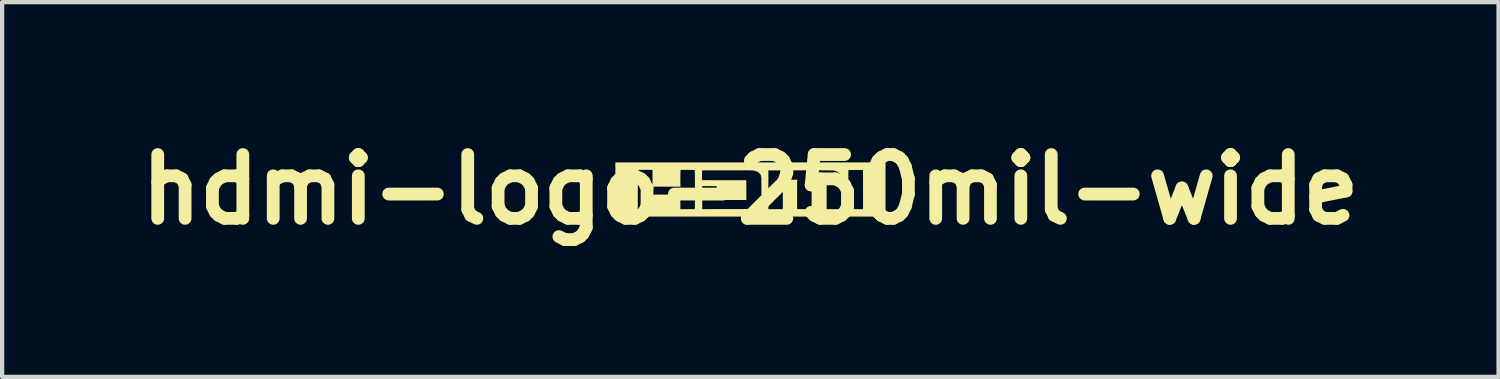
<source format=kicad_pcb>
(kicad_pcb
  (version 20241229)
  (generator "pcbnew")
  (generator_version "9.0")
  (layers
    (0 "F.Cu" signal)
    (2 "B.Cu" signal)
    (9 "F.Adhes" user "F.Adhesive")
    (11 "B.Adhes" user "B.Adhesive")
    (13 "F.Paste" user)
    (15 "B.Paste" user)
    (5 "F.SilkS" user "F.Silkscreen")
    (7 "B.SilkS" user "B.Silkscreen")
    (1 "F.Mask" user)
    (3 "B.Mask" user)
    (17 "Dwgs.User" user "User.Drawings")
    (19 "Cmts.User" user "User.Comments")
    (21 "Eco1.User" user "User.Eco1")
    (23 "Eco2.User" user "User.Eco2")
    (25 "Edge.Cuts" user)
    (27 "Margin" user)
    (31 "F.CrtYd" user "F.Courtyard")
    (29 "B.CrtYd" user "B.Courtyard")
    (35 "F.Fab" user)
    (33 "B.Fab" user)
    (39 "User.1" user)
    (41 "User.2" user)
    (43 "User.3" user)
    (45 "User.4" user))
  (footprint "hdmi-logo-250mil-wide"
    (layer "F.Cu")
    (at 14.586 1.404)
    (property "Reference" "hdmi-logo-250mil-wide" (at 0 0 0) (layer "F.SilkS") (effects (font (size 1.5 1.5) (thickness 0.3))))
    (attr board_only exclude_from_pos_files exclude_from_bom)
    (fp_poly (pts (xy -2.638 -0.456) (xy -2.64 -0.454) (xy -2.641 -0.456) (xy -2.64 -0.458)) (stroke (width 0) (type solid)) (fill yes) (layer "F.SilkS"))
    (fp_poly (pts (xy -1.641 0.097) (xy -1.643 0.099) (xy -1.645 0.097) (xy -1.643 0.095)) (stroke (width 0) (type solid)) (fill yes) (layer "F.SilkS"))
    (fp_poly (pts (xy -1.634 0.104) (xy -1.636 0.106) (xy -1.638 0.104) (xy -1.636 0.102)) (stroke (width 0) (type solid)) (fill yes) (layer "F.SilkS"))
    (fp_poly (pts (xy -1.631 -0.449) (xy -1.632 -0.447) (xy -1.634 -0.449) (xy -1.632 -0.451)) (stroke (width 0) (type solid)) (fill yes) (layer "F.SilkS"))
    (fp_poly (pts (xy -1.627 0.1) (xy -1.629 0.102) (xy -1.631 0.1) (xy -1.629 0.099)) (stroke (width 0) (type solid)) (fill yes) (layer "F.SilkS"))
    (fp_poly (pts (xy -1.627 0.118) (xy -1.629 0.12) (xy -1.631 0.118) (xy -1.629 0.116)) (stroke (width 0) (type solid)) (fill yes) (layer "F.SilkS"))
    (fp_poly (pts (xy -1.131 -0.446) (xy -1.132 -0.444) (xy -1.134 -0.446) (xy -1.132 -0.447)) (stroke (width 0) (type solid)) (fill yes) (layer "F.SilkS"))
    (fp_poly (pts (xy -1.131 -0.224) (xy -1.132 -0.222) (xy -1.134 -0.224) (xy -1.132 -0.225)) (stroke (width 0) (type solid)) (fill yes) (layer "F.SilkS"))
    (fp_poly (pts (xy -1.127 -0.234) (xy -1.129 -0.232) (xy -1.131 -0.234) (xy -1.129 -0.236)) (stroke (width 0) (type solid)) (fill yes) (layer "F.SilkS"))
    (fp_poly (pts (xy -1.123 -0.227) (xy -1.125 -0.225) (xy -1.127 -0.227) (xy -1.125 -0.229)) (stroke (width 0) (type solid)) (fill yes) (layer "F.SilkS"))
    (fp_poly (pts (xy -1.123 -0.076) (xy -1.125 -0.074) (xy -1.127 -0.076) (xy -1.125 -0.077)) (stroke (width 0) (type solid)) (fill yes) (layer "F.SilkS"))
    (fp_poly (pts (xy -1.12 -0.238) (xy -1.122 -0.236) (xy -1.123 -0.238) (xy -1.122 -0.239)) (stroke (width 0) (type solid)) (fill yes) (layer "F.SilkS"))
    (fp_poly (pts (xy -0.796 0.255) (xy -0.798 0.257) (xy -0.799 0.255) (xy -0.798 0.254)) (stroke (width 0) (type solid)) (fill yes) (layer "F.SilkS"))
    (fp_poly (pts (xy -0.099 0.262) (xy -0.1 0.264) (xy -0.102 0.262) (xy -0.1 0.261)) (stroke (width 0) (type solid)) (fill yes) (layer "F.SilkS"))
    (fp_poly (pts (xy -0.095 0.255) (xy -0.097 0.257) (xy -0.099 0.255) (xy -0.097 0.254)) (stroke (width 0) (type solid)) (fill yes) (layer "F.SilkS"))
    (fp_poly (pts (xy -0.088 -0.227) (xy -0.09 -0.225) (xy -0.092 -0.227) (xy -0.09 -0.229)) (stroke (width 0) (type solid)) (fill yes) (layer "F.SilkS"))
    (fp_poly (pts (xy -0.088 0.241) (xy -0.09 0.243) (xy -0.092 0.241) (xy -0.09 0.239)) (stroke (width 0) (type solid)) (fill yes) (layer "F.SilkS"))
    (fp_poly (pts (xy -0.085 -0.234) (xy -0.086 -0.232) (xy -0.088 -0.234) (xy -0.086 -0.236)) (stroke (width 0) (type solid)) (fill yes) (layer "F.SilkS"))
    (fp_poly (pts (xy -0.085 0.252) (xy -0.086 0.254) (xy -0.088 0.252) (xy -0.086 0.25)) (stroke (width 0) (type solid)) (fill yes) (layer "F.SilkS"))
    (fp_poly (pts (xy 0.046 -0.446) (xy 0.044 -0.444) (xy 0.042 -0.446) (xy 0.044 -0.447)) (stroke (width 0) (type solid)) (fill yes) (layer "F.SilkS"))
    (fp_poly (pts (xy 0.053 -0.442) (xy 0.051 -0.44) (xy 0.049 -0.442) (xy 0.051 -0.444)) (stroke (width 0) (type solid)) (fill yes) (layer "F.SilkS"))
    (fp_poly (pts (xy 0.102 -0.428) (xy 0.1 -0.426) (xy 0.099 -0.428) (xy 0.1 -0.43)) (stroke (width 0) (type solid)) (fill yes) (layer "F.SilkS"))
    (fp_poly (pts (xy 0.102 -0.414) (xy 0.1 -0.412) (xy 0.099 -0.414) (xy 0.1 -0.416)) (stroke (width 0) (type solid)) (fill yes) (layer "F.SilkS"))
    (fp_poly (pts (xy 0.102 0.438) (xy 0.1 0.44) (xy 0.099 0.438) (xy 0.1 0.437)) (stroke (width 0) (type solid)) (fill yes) (layer "F.SilkS"))
    (fp_poly (pts (xy 0.109 -0.414) (xy 0.107 -0.412) (xy 0.106 -0.414) (xy 0.107 -0.416)) (stroke (width 0) (type solid)) (fill yes) (layer "F.SilkS"))
    (fp_poly (pts (xy 0.116 0.442) (xy 0.114 0.444) (xy 0.113 0.442) (xy 0.114 0.44)) (stroke (width 0) (type solid)) (fill yes) (layer "F.SilkS"))
    (fp_poly (pts (xy 0.12 0.435) (xy 0.118 0.437) (xy 0.116 0.435) (xy 0.118 0.433)) (stroke (width 0) (type solid)) (fill yes) (layer "F.SilkS"))
    (fp_poly (pts (xy 0.13 -0.424) (xy 0.129 -0.423) (xy 0.127 -0.424) (xy 0.129 -0.426)) (stroke (width 0) (type solid)) (fill yes) (layer "F.SilkS"))
    (fp_poly (pts (xy 0.13 0.442) (xy 0.129 0.444) (xy 0.127 0.442) (xy 0.129 0.44)) (stroke (width 0) (type solid)) (fill yes) (layer "F.SilkS"))
    (fp_poly (pts (xy 0.134 0.435) (xy 0.132 0.437) (xy 0.13 0.435) (xy 0.132 0.433)) (stroke (width 0) (type solid)) (fill yes) (layer "F.SilkS"))
    (fp_poly (pts (xy 0.137 0.442) (xy 0.136 0.444) (xy 0.134 0.442) (xy 0.136 0.44)) (stroke (width 0) (type solid)) (fill yes) (layer "F.SilkS"))
    (fp_poly (pts (xy 0.144 -0.424) (xy 0.143 -0.423) (xy 0.141 -0.424) (xy 0.143 -0.426)) (stroke (width 0) (type solid)) (fill yes) (layer "F.SilkS"))
    (fp_poly (pts (xy 0.18 0.414) (xy 0.178 0.416) (xy 0.176 0.414) (xy 0.178 0.412)) (stroke (width 0) (type solid)) (fill yes) (layer "F.SilkS"))
    (fp_poly (pts (xy 0.19 0.407) (xy 0.188 0.409) (xy 0.187 0.407) (xy 0.188 0.405)) (stroke (width 0) (type solid)) (fill yes) (layer "F.SilkS"))
    (fp_poly (pts (xy 0.194 0.414) (xy 0.192 0.416) (xy 0.19 0.414) (xy 0.192 0.412)) (stroke (width 0) (type solid)) (fill yes) (layer "F.SilkS"))
    (fp_poly (pts (xy 0.211 -0.361) (xy 0.21 -0.359) (xy 0.208 -0.361) (xy 0.21 -0.363)) (stroke (width 0) (type solid)) (fill yes) (layer "F.SilkS"))
    (fp_poly (pts (xy 0.239 -0.276) (xy 0.238 -0.275) (xy 0.236 -0.276) (xy 0.238 -0.278)) (stroke (width 0) (type solid)) (fill yes) (layer "F.SilkS"))
    (fp_poly (pts (xy 0.239 0.301) (xy 0.238 0.303) (xy 0.236 0.301) (xy 0.238 0.299)) (stroke (width 0) (type solid)) (fill yes) (layer "F.SilkS"))
    (fp_poly (pts (xy 0.243 -0.298) (xy 0.241 -0.296) (xy 0.239 -0.298) (xy 0.241 -0.299)) (stroke (width 0) (type solid)) (fill yes) (layer "F.SilkS"))
    (fp_poly (pts (xy 0.247 -0.315) (xy 0.245 -0.313) (xy 0.243 -0.315) (xy 0.245 -0.317)) (stroke (width 0) (type solid)) (fill yes) (layer "F.SilkS"))
    (fp_poly (pts (xy 0.247 0.298) (xy 0.245 0.299) (xy 0.243 0.298) (xy 0.245 0.296)) (stroke (width 0) (type solid)) (fill yes) (layer "F.SilkS"))
    (fp_poly (pts (xy 0.247 0.322) (xy 0.245 0.324) (xy 0.243 0.322) (xy 0.245 0.32)) (stroke (width 0) (type solid)) (fill yes) (layer "F.SilkS"))
    (fp_poly (pts (xy 0.247 0.336) (xy 0.245 0.338) (xy 0.243 0.336) (xy 0.245 0.335)) (stroke (width 0) (type solid)) (fill yes) (layer "F.SilkS"))
    (fp_poly (pts (xy 0.25 0.329) (xy 0.248 0.331) (xy 0.247 0.329) (xy 0.248 0.328)) (stroke (width 0) (type solid)) (fill yes) (layer "F.SilkS"))
    (fp_poly (pts (xy 0.747 -0.238) (xy 0.745 -0.236) (xy 0.743 -0.238) (xy 0.745 -0.239)) (stroke (width 0) (type solid)) (fill yes) (layer "F.SilkS"))
    (fp_poly (pts (xy 0.754 -0.241) (xy 0.752 -0.239) (xy 0.75 -0.241) (xy 0.752 -0.243)) (stroke (width 0) (type solid)) (fill yes) (layer "F.SilkS"))
    (fp_poly (pts (xy 0.754 -0.234) (xy 0.752 -0.232) (xy 0.75 -0.234) (xy 0.752 -0.236)) (stroke (width 0) (type solid)) (fill yes) (layer "F.SilkS"))
    (fp_poly (pts (xy 0.761 -0.238) (xy 0.759 -0.236) (xy 0.757 -0.238) (xy 0.759 -0.239)) (stroke (width 0) (type solid)) (fill yes) (layer "F.SilkS"))
    (fp_poly (pts (xy 1.423 -0.224) (xy 1.421 -0.222) (xy 1.419 -0.224) (xy 1.421 -0.225)) (stroke (width 0) (type solid)) (fill yes) (layer "F.SilkS"))
    (fp_poly (pts (xy 1.43 -0.241) (xy 1.428 -0.239) (xy 1.426 -0.241) (xy 1.428 -0.243)) (stroke (width 0) (type solid)) (fill yes) (layer "F.SilkS"))
    (fp_poly (pts (xy 1.789 -0.238) (xy 1.787 -0.236) (xy 1.786 -0.238) (xy 1.787 -0.239)) (stroke (width 0) (type solid)) (fill yes) (layer "F.SilkS"))
    (fp_poly (pts (xy 1.789 -0.231) (xy 1.787 -0.229) (xy 1.786 -0.231) (xy 1.787 -0.232)) (stroke (width 0) (type solid)) (fill yes) (layer "F.SilkS"))
    (fp_poly (pts (xy 1.796 -0.234) (xy 1.794 -0.232) (xy 1.793 -0.234) (xy 1.794 -0.236)) (stroke (width 0) (type solid)) (fill yes) (layer "F.SilkS"))
    (fp_poly (pts (xy 1.8 -0.224) (xy 1.798 -0.222) (xy 1.796 -0.224) (xy 1.798 -0.225)) (stroke (width 0) (type solid)) (fill yes) (layer "F.SilkS"))
    (fp_poly (pts (xy 1.803 -0.241) (xy 1.801 -0.239) (xy 1.8 -0.241) (xy 1.801 -0.243)) (stroke (width 0) (type solid)) (fill yes) (layer "F.SilkS"))
    (fp_poly (pts (xy 1.99 -0.431) (xy 1.988 -0.43) (xy 1.986 -0.431) (xy 1.988 -0.433)) (stroke (width 0) (type solid)) (fill yes) (layer "F.SilkS"))
    (fp_poly (pts (xy 1.993 -0.424) (xy 1.992 -0.423) (xy 1.99 -0.424) (xy 1.992 -0.426)) (stroke (width 0) (type solid)) (fill yes) (layer "F.SilkS"))
    (fp_poly (pts (xy 2.011 -0.417) (xy 2.009 -0.416) (xy 2.007 -0.417) (xy 2.009 -0.419)) (stroke (width 0) (type solid)) (fill yes) (layer "F.SilkS"))
    (fp_poly (pts (xy 2.018 -0.417) (xy 2.016 -0.416) (xy 2.015 -0.417) (xy 2.016 -0.419)) (stroke (width 0) (type solid)) (fill yes) (layer "F.SilkS"))
    (fp_poly (pts (xy 2.036 -0.417) (xy 2.034 -0.416) (xy 2.032 -0.417) (xy 2.034 -0.419)) (stroke (width 0) (type solid)) (fill yes) (layer "F.SilkS"))
    (fp_poly (pts (xy 2.043 -0.403) (xy 2.041 -0.401) (xy 2.039 -0.403) (xy 2.041 -0.405)) (stroke (width 0) (type solid)) (fill yes) (layer "F.SilkS"))
    (fp_poly (pts (xy 2.053 -0.41) (xy 2.052 -0.409) (xy 2.05 -0.41) (xy 2.052 -0.412)) (stroke (width 0) (type solid)) (fill yes) (layer "F.SilkS"))
    (fp_poly (pts (xy 2.057 -0.4) (xy 2.055 -0.398) (xy 2.053 -0.4) (xy 2.055 -0.401)) (stroke (width 0) (type solid)) (fill yes) (layer "F.SilkS"))
    (fp_poly (pts (xy 2.06 -0.389) (xy 2.059 -0.387) (xy 2.057 -0.389) (xy 2.059 -0.391)) (stroke (width 0) (type solid)) (fill yes) (layer "F.SilkS"))
    (fp_poly (pts (xy 2.067 -0.393) (xy 2.066 -0.391) (xy 2.064 -0.393) (xy 2.066 -0.394)) (stroke (width 0) (type solid)) (fill yes) (layer "F.SilkS"))
    (fp_poly (pts (xy 2.074 -0.393) (xy 2.073 -0.391) (xy 2.071 -0.393) (xy 2.073 -0.394)) (stroke (width 0) (type solid)) (fill yes) (layer "F.SilkS"))
    (fp_poly (pts (xy 2.074 -0.368) (xy 2.073 -0.366) (xy 2.071 -0.368) (xy 2.073 -0.37)) (stroke (width 0) (type solid)) (fill yes) (layer "F.SilkS"))
    (fp_poly (pts (xy 2.081 -0.368) (xy 2.08 -0.366) (xy 2.078 -0.368) (xy 2.08 -0.37)) (stroke (width 0) (type solid)) (fill yes) (layer "F.SilkS"))
    (fp_poly (pts (xy 2.081 -0.361) (xy 2.08 -0.359) (xy 2.078 -0.361) (xy 2.08 -0.363)) (stroke (width 0) (type solid)) (fill yes) (layer "F.SilkS"))
    (fp_poly (pts (xy 2.127 -0.308) (xy 2.125 -0.306) (xy 2.124 -0.308) (xy 2.125 -0.31)) (stroke (width 0) (type solid)) (fill yes) (layer "F.SilkS"))
    (fp_poly (pts (xy 2.127 -0.301) (xy 2.125 -0.299) (xy 2.124 -0.301) (xy 2.125 -0.303)) (stroke (width 0) (type solid)) (fill yes) (layer "F.SilkS"))
    (fp_poly (pts (xy 2.131 -0.284) (xy 2.129 -0.282) (xy 2.127 -0.284) (xy 2.129 -0.285)) (stroke (width 0) (type solid)) (fill yes) (layer "F.SilkS"))
    (fp_poly (pts (xy 2.131 -0.276) (xy 2.129 -0.275) (xy 2.127 -0.276) (xy 2.129 -0.278)) (stroke (width 0) (type solid)) (fill yes) (layer "F.SilkS"))
    (fp_poly (pts (xy 2.314 -0.442) (xy 2.312 -0.44) (xy 2.31 -0.442) (xy 2.312 -0.444)) (stroke (width 0) (type solid)) (fill yes) (layer "F.SilkS"))
    (fp_poly (pts (xy 2.641 -0.442) (xy 2.64 -0.44) (xy 2.638 -0.442) (xy 2.64 -0.444)) (stroke (width 0) (type solid)) (fill yes) (layer "F.SilkS"))
    (fp_poly (pts (xy -1.642 0.107) (xy -1.642 0.111) (xy -1.642 0.112) (xy -1.644 0.111) (xy -1.645 0.109) (xy -1.643 0.106)) (stroke (width 0) (type solid)) (fill yes) (layer "F.SilkS"))
    (fp_poly (pts (xy -0.079 -0.228) (xy -0.079 -0.226) (xy -0.081 -0.225) (xy -0.084 -0.227) (xy -0.083 -0.228) (xy -0.079 -0.228)) (stroke (width 0) (type solid)) (fill yes) (layer "F.SilkS"))
    (fp_poly (pts (xy 0.133 -0.418) (xy 0.132 -0.416) (xy 0.13 -0.416) (xy 0.127 -0.417) (xy 0.128 -0.418) (xy 0.132 -0.418)) (stroke (width 0) (type solid)) (fill yes) (layer "F.SilkS"))
    (fp_poly (pts (xy 0.242 0.308) (xy 0.241 0.31) (xy 0.239 0.31) (xy 0.237 0.309) (xy 0.237 0.308) (xy 0.241 0.307)) (stroke (width 0) (type solid)) (fill yes) (layer "F.SilkS"))
    (fp_poly (pts (xy 0.428 -0.446) (xy 0.429 -0.442) (xy 0.428 -0.441) (xy 0.426 -0.442) (xy 0.426 -0.444) (xy 0.427 -0.447)) (stroke (width 0) (type solid)) (fill yes) (layer "F.SilkS"))
    (fp_poly (pts (xy 1.992 -0.418) (xy 1.993 -0.414) (xy 1.992 -0.413) (xy 1.99 -0.414) (xy 1.99 -0.416) (xy 1.991 -0.418)) (stroke (width 0) (type solid)) (fill yes) (layer "F.SilkS"))
    (fp_poly (pts (xy 2.063 -0.404) (xy 2.063 -0.4) (xy 2.063 -0.399) (xy 2.061 -0.4) (xy 2.06 -0.401) (xy 2.062 -0.404)) (stroke (width 0) (type solid)) (fill yes) (layer "F.SilkS"))
    (fp_poly (pts (xy -1.638 0.118) (xy -1.634 0.121) (xy -1.635 0.123) (xy -1.636 0.123) (xy -1.639 0.121) (xy -1.64 0.119) (xy -1.64 0.117)) (stroke (width 0) (type solid)) (fill yes) (layer "F.SilkS"))
    (fp_poly (pts (xy -1.628 -0.069) (xy -1.624 -0.065) (xy -1.625 -0.063) (xy -1.625 -0.063) (xy -1.628 -0.066) (xy -1.629 -0.067) (xy -1.63 -0.07)) (stroke (width 0) (type solid)) (fill yes) (layer "F.SilkS"))
    (fp_poly (pts (xy -1.628 0.107) (xy -1.624 0.111) (xy -1.625 0.113) (xy -1.625 0.113) (xy -1.628 0.11) (xy -1.629 0.109) (xy -1.63 0.106)) (stroke (width 0) (type solid)) (fill yes) (layer "F.SilkS"))
    (fp_poly (pts (xy -0.804 0.259) (xy -0.8 0.262) (xy -0.801 0.264) (xy -0.801 0.264) (xy -0.804 0.262) (xy -0.805 0.26) (xy -0.806 0.258)) (stroke (width 0) (type solid)) (fill yes) (layer "F.SilkS"))
    (fp_poly (pts (xy 0.109 -0.434) (xy 0.11 -0.43) (xy 0.111 -0.424) (xy 0.109 -0.423) (xy 0.107 -0.428) (xy 0.106 -0.434) (xy 0.107 -0.435)) (stroke (width 0) (type solid)) (fill yes) (layer "F.SilkS"))
    (fp_poly (pts (xy 0.212 -0.378) (xy 0.213 -0.374) (xy 0.213 -0.373) (xy 0.21 -0.37) (xy 0.209 -0.374) (xy 0.209 -0.375) (xy 0.211 -0.378)) (stroke (width 0) (type solid)) (fill yes) (layer "F.SilkS"))
    (fp_poly (pts (xy 0.218 0.378) (xy 0.222 0.382) (xy 0.222 0.382) (xy 0.22 0.384) (xy 0.217 0.381) (xy 0.216 0.38) (xy 0.216 0.377)) (stroke (width 0) (type solid)) (fill yes) (layer "F.SilkS"))
    (fp_poly (pts (xy 0.746 -0.224) (xy 0.75 -0.221) (xy 0.75 -0.22) (xy 0.748 -0.218) (xy 0.745 -0.222) (xy 0.745 -0.222) (xy 0.744 -0.225)) (stroke (width 0) (type solid)) (fill yes) (layer "F.SilkS"))
    (fp_poly (pts (xy 1.087 -0.24) (xy 1.087 -0.238) (xy 1.086 -0.233) (xy 1.084 -0.235) (xy 1.083 -0.236) (xy 1.083 -0.24) (xy 1.084 -0.241)) (stroke (width 0) (type solid)) (fill yes) (layer "F.SilkS"))
    (fp_poly (pts (xy 1.436 -0.242) (xy 1.44 -0.238) (xy 1.44 -0.238) (xy 1.439 -0.236) (xy 1.435 -0.239) (xy 1.435 -0.24) (xy 1.434 -0.242)) (stroke (width 0) (type solid)) (fill yes) (layer "F.SilkS"))
    (fp_poly (pts (xy 1.81 -0.224) (xy 1.813 -0.221) (xy 1.814 -0.22) (xy 1.812 -0.218) (xy 1.809 -0.222) (xy 1.808 -0.222) (xy 1.808 -0.225)) (stroke (width 0) (type solid)) (fill yes) (layer "F.SilkS"))
    (fp_poly (pts (xy 2.074 -0.379) (xy 2.078 -0.376) (xy 2.078 -0.375) (xy 2.076 -0.373) (xy 2.073 -0.377) (xy 2.072 -0.377) (xy 2.072 -0.38)) (stroke (width 0) (type solid)) (fill yes) (layer "F.SilkS"))
    (fp_poly (pts (xy 2.084 -0.375) (xy 2.088 -0.372) (xy 2.088 -0.371) (xy 2.087 -0.37) (xy 2.083 -0.373) (xy 2.083 -0.374) (xy 2.082 -0.376)) (stroke (width 0) (type solid)) (fill yes) (layer "F.SilkS"))
    (fp_poly (pts (xy 2.088 -0.365) (xy 2.092 -0.362) (xy 2.092 -0.361) (xy 2.09 -0.359) (xy 2.087 -0.363) (xy 2.086 -0.363) (xy 2.086 -0.366)) (stroke (width 0) (type solid)) (fill yes) (layer "F.SilkS"))
    (fp_poly (pts (xy -0.795 0.24) (xy -0.798 0.243) (xy -0.803 0.249) (xy -0.806 0.249) (xy -0.804 0.245) (xy -0.8 0.239) (xy -0.797 0.238) (xy -0.793 0.237)) (stroke (width 0) (type solid)) (fill yes) (layer "F.SilkS"))
    (fp_poly (pts (xy -0.78 0.255) (xy -0.785 0.261) (xy -0.788 0.262) (xy -0.791 0.263) (xy -0.79 0.26) (xy -0.787 0.257) (xy -0.781 0.251) (xy -0.779 0.251)) (stroke (width 0) (type solid)) (fill yes) (layer "F.SilkS"))
    (fp_poly (pts (xy -0.093 -0.234) (xy -0.095 -0.232) (xy -0.1 -0.226) (xy -0.102 -0.226) (xy -0.102 -0.227) (xy -0.1 -0.23) (xy -0.096 -0.233) (xy -0.092 -0.236)) (stroke (width 0) (type solid)) (fill yes) (layer "F.SilkS"))
    (fp_poly (pts (xy -0.079 0.238) (xy -0.079 0.239) (xy -0.083 0.243) (xy -0.083 0.243) (xy -0.083 0.241) (xy -0.083 0.239) (xy -0.079 0.236) (xy -0.079 0.236)) (stroke (width 0) (type solid)) (fill yes) (layer "F.SilkS"))
    (fp_poly (pts (xy -0.075 0.249) (xy -0.076 0.25) (xy -0.079 0.253) (xy -0.08 0.254) (xy -0.08 0.251) (xy -0.079 0.25) (xy -0.076 0.247) (xy -0.075 0.247)) (stroke (width 0) (type solid)) (fill yes) (layer "F.SilkS"))
    (fp_poly (pts (xy 0.115 0.45) (xy 0.114 0.451) (xy 0.111 0.454) (xy 0.111 0.454) (xy 0.11 0.452) (xy 0.111 0.451) (xy 0.114 0.447) (xy 0.115 0.447)) (stroke (width 0) (type solid)) (fill yes) (layer "F.SilkS"))
    (fp_poly (pts (xy 0.164 0.41) (xy 0.162 0.413) (xy 0.157 0.418) (xy 0.155 0.418) (xy 0.155 0.418) (xy 0.157 0.415) (xy 0.161 0.412) (xy 0.165 0.409)) (stroke (width 0) (type solid)) (fill yes) (layer "F.SilkS"))
    (fp_poly (pts (xy 0.188 -0.399) (xy 0.188 -0.397) (xy 0.185 -0.395) (xy 0.185 -0.394) (xy 0.182 -0.397) (xy 0.182 -0.397) (xy 0.183 -0.4) (xy 0.185 -0.4)) (stroke (width 0) (type solid)) (fill yes) (layer "F.SilkS"))
    (fp_poly (pts (xy 0.221 -0.371) (xy 0.22 -0.37) (xy 0.217 -0.366) (xy 0.216 -0.366) (xy 0.216 -0.369) (xy 0.217 -0.37) (xy 0.22 -0.373) (xy 0.221 -0.373)) (stroke (width 0) (type solid)) (fill yes) (layer "F.SilkS"))
    (fp_poly (pts (xy 0.242 -0.311) (xy 0.246 -0.309) (xy 0.247 -0.308) (xy 0.244 -0.306) (xy 0.242 -0.305) (xy 0.238 -0.306) (xy 0.237 -0.308) (xy 0.24 -0.311)) (stroke (width 0) (type solid)) (fill yes) (layer "F.SilkS"))
    (fp_poly (pts (xy 0.242 0.33) (xy 0.241 0.331) (xy 0.238 0.334) (xy 0.237 0.335) (xy 0.237 0.332) (xy 0.238 0.331) (xy 0.241 0.328) (xy 0.242 0.328)) (stroke (width 0) (type solid)) (fill yes) (layer "F.SilkS"))
    (fp_poly (pts (xy 1.101 -0.241) (xy 1.101 -0.239) (xy 1.097 -0.236) (xy 1.097 -0.236) (xy 1.096 -0.238) (xy 1.097 -0.239) (xy 1.1 -0.243) (xy 1.101 -0.243)) (stroke (width 0) (type solid)) (fill yes) (layer "F.SilkS"))
    (fp_poly (pts (xy 1.803 -0.234) (xy 1.807 -0.231) (xy 1.807 -0.23) (xy 1.804 -0.229) (xy 1.803 -0.229) (xy 1.8 -0.232) (xy 1.8 -0.233) (xy 1.802 -0.235)) (stroke (width 0) (type solid)) (fill yes) (layer "F.SilkS"))
    (fp_poly (pts (xy 2.052 -0.39) (xy 2.052 -0.389) (xy 2.052 -0.384) (xy 2.051 -0.384) (xy 2.049 -0.386) (xy 2.047 -0.389) (xy 2.045 -0.392) (xy 2.047 -0.393)) (stroke (width 0) (type solid)) (fill yes) (layer "F.SilkS"))
    (fp_poly (pts (xy 2.101 -0.339) (xy 2.101 -0.338) (xy 2.097 -0.335) (xy 2.097 -0.335) (xy 2.097 -0.337) (xy 2.097 -0.338) (xy 2.101 -0.341) (xy 2.101 -0.342)) (stroke (width 0) (type solid)) (fill yes) (layer "F.SilkS"))
    (fp_poly (pts (xy 2.105 -0.35) (xy 2.104 -0.349) (xy 2.101 -0.345) (xy 2.1 -0.345) (xy 2.1 -0.347) (xy 2.101 -0.349) (xy 2.104 -0.352) (xy 2.105 -0.352)) (stroke (width 0) (type solid)) (fill yes) (layer "F.SilkS"))
    (fp_poly (pts (xy 2.112 -0.333) (xy 2.112 -0.332) (xy 2.106 -0.329) (xy 2.104 -0.329) (xy 2.1 -0.329) (xy 2.101 -0.33) (xy 2.106 -0.333) (xy 2.108 -0.333)) (stroke (width 0) (type solid)) (fill yes) (layer "F.SilkS"))
    (fp_poly (pts (xy 0.179 0.42) (xy 0.179 0.422) (xy 0.174 0.427) (xy 0.174 0.427) (xy 0.168 0.431) (xy 0.166 0.431) (xy 0.166 0.431) (xy 0.168 0.427) (xy 0.173 0.422) (xy 0.178 0.42)) (stroke (width 0) (type solid)) (fill yes) (layer "F.SilkS"))
    (fp_poly (pts (xy 0.252 -0.292) (xy 0.253 -0.289) (xy 0.252 -0.29) (xy 0.247 -0.29) (xy 0.244 -0.288) (xy 0.24 -0.286) (xy 0.239 -0.286) (xy 0.242 -0.29) (xy 0.244 -0.292) (xy 0.249 -0.294)) (stroke (width 0) (type solid)) (fill yes) (layer "F.SilkS"))
    (fp_poly (pts (xy -1.644 -0.055) (xy -1.64 -0.051) (xy -1.637 -0.052) (xy -1.635 -0.052) (xy -1.636 -0.05) (xy -1.638 -0.046) (xy -1.642 -0.048) (xy -1.644 -0.05) (xy -1.648 -0.056) (xy -1.648 -0.058) (xy -1.647 -0.058)) (stroke (width 0) (type solid)) (fill yes) (layer "F.SilkS"))
    (fp_poly (pts (xy 3.177 0) (xy 3.177 0.637) (xy 0.002 0.637) (xy -3.173 0.637) (xy -3.173 0.461) (xy -2.645 0.461) (xy -2.472 0.461) (xy -2.3 0.461) (xy -2.3 0.291) (xy -2.3 0.12) (xy -1.972 0.119) (xy -1.645 0.118) (xy -1.645 0.29) (xy -1.645 0.461) (xy -1.474 0.461) (xy -1.303 0.461) (xy -1.303 0) (xy -1.303 -0.074) (xy -1.303 -0.141) (xy -1.303 -0.201) (xy -1.303 -0.22) (xy -1.136 -0.22) (xy -0.615 -0.219) (xy -0.095 -0.218) (xy -0.095 0.014) (xy -0.095 0.247) (xy -0.44 0.247) (xy -0.489 0.247) (xy -0.536 0.246) (xy -0.58 0.246) (xy -0.621 0.246) (xy -0.659 0.246) (xy -0.693 0.246) (xy -0.722 0.246) (xy -0.747 0.246) (xy -0.766 0.246) (xy -0.779 0.246) (xy -0.786 0.246) (xy -0.787 0.246) (xy -0.788 0.242) (xy -0.788 0.232) (xy -0.788 0.217) (xy -0.789 0.196) (xy -0.789 0.171) (xy -0.789 0.143) (xy -0.79 0.112) (xy -0.79 0.083) (xy -0.791 -0.079) (xy -0.961 -0.08) (xy -1.131 -0.081) (xy -1.131 0.19) (xy -1.131 0.461) (xy -1.107 0.461) (xy 0.423 0.461) (xy 0.593 0.461) (xy 0.764 0.461) (xy 0.763 0.119) (xy 0.763 0.062) (xy 0.763 0.011) (xy 0.763 -0.033) (xy 0.763 -0.072) (xy 0.762 -0.105) (xy 0.762 -0.133) (xy 0.762 -0.156) (xy 0.762 -0.175) (xy 0.761 -0.19) (xy 0.761 -0.202) (xy 0.76 -0.211) (xy 0.76 -0.217) (xy 0.759 -0.22) (xy 0.758 -0.222) (xy 0.757 -0.223) (xy 0.754 -0.223) (xy 0.756 -0.225) (xy 0.759 -0.226) (xy 0.761 -0.226) (xy 0.762 -0.225) (xy 0.764 -0.227) (xy 0.768 -0.227) (xy 0.782 -0.228) (xy 0.802 -0.228) (xy 0.829 -0.229) (xy 0.861 -0.229) (xy 0.9 -0.229) (xy 0.928 -0.229) (xy 0.973 -0.229) (xy 1.011 -0.229) (xy 1.042 -0.23) (xy 1.066 -0.23) (xy 1.084 -0.231) (xy 1.096 -0.231) (xy 1.101 -0.232) (xy 1.101 -0.233) (xy 1.106 -0.234) (xy 1.109 -0.231) (xy 1.108 -0.227) (xy 1.108 -0.226) (xy 1.106 -0.227) (xy 1.106 -0.229) (xy 1.104 -0.231) (xy 1.102 -0.231) (xy 1.102 -0.227) (xy 1.101 -0.216) (xy 1.101 -0.198) (xy 1.1 -0.174) (xy 1.1 -0.144) (xy 1.1 -0.107) (xy 1.099 -0.063) (xy 1.099 -0.014) (xy 1.099 0.041) (xy 1.099 0.102) (xy 1.099 0.116) (xy 1.099 0.461) (xy 1.27 0.461) (xy 1.44 0.461) (xy 1.44 0.121) (xy 1.439 0.064) (xy 1.439 0.014) (xy 1.439 -0.03) (xy 1.439 -0.067) (xy 1.439 -0.1) (xy 1.439 -0.127) (xy 1.438 -0.15) (xy 1.438 -0.169) (xy 1.438 -0.184) (xy 1.437 -0.196) (xy 1.437 -0.205) (xy 1.436 -0.211) (xy 1.435 -0.215) (xy 1.435 -0.218) (xy 1.434 -0.219) (xy 1.433 -0.219) (xy 1.432 -0.219) (xy 1.427 -0.219) (xy 1.429 -0.221) (xy 1.431 -0.226) (xy 1.431 -0.23) (xy 1.432 -0.234) (xy 1.434 -0.234) (xy 1.436 -0.23) (xy 1.435 -0.229) (xy 1.436 -0.225) (xy 1.437 -0.224) (xy 1.44 -0.223) (xy 1.44 -0.224) (xy 1.444 -0.225) (xy 1.454 -0.225) (xy 1.469 -0.226) (xy 1.49 -0.226) (xy 1.515 -0.226) (xy 1.543 -0.226) (xy 1.575 -0.226) (xy 1.609 -0.226) (xy 1.617 -0.226) (xy 1.793 -0.225) (xy 1.793 0.118) (xy 1.793 0.461) (xy 1.965 0.461) (xy 2.138 0.461) (xy 2.303 0.461) (xy 2.476 0.461) (xy 2.648 0.461) (xy 2.648 0.004) (xy 2.648 -0.454) (xy 2.64 -0.453) (xy 2.634 -0.453) (xy 2.632 -0.456) (xy 2.63 -0.457) (xy 2.623 -0.458) (xy 2.611 -0.458) (xy 2.593 -0.459) (xy 2.569 -0.459) (xy 2.54 -0.459) (xy 2.503 -0.46) (xy 2.476 -0.46) (xy 2.435 -0.46) (xy 2.401 -0.459) (xy 2.374 -0.459) (xy 2.352 -0.459) (xy 2.336 -0.458) (xy 2.326 -0.457) (xy 2.321 -0.456) (xy 2.32 -0.456) (xy 2.318 -0.453) (xy 2.312 -0.453) (xy 2.303 -0.454) (xy 2.303 0.004) (xy 2.303 0.461) (xy 2.138 0.461) (xy 2.138 0.09) (xy 2.138 -0.282) (xy 2.13 -0.289) (xy 2.126 -0.294) (xy 2.126 -0.296) (xy 2.129 -0.295) (xy 2.133 -0.294) (xy 2.134 -0.297) (xy 2.133 -0.305) (xy 2.133 -0.305) (xy 2.129 -0.321) (xy 2.124 -0.333) (xy 2.119 -0.341) (xy 2.114 -0.344) (xy 2.114 -0.344) (xy 2.111 -0.343) (xy 2.112 -0.346) (xy 2.113 -0.347) (xy 2.115 -0.351) (xy 2.114 -0.352) (xy 2.11 -0.355) (xy 2.11 -0.357) (xy 2.107 -0.363) (xy 2.106 -0.365) (xy 2.103 -0.365) (xy 2.104 -0.364) (xy 2.103 -0.361) (xy 2.101 -0.36) (xy 2.098 -0.362) (xy 2.099 -0.366) (xy 2.1 -0.372) (xy 2.095 -0.379) (xy 2.092 -0.382) (xy 2.086 -0.387) (xy 2.081 -0.389) (xy 2.08 -0.388) (xy 2.078 -0.388) (xy 2.079 -0.39) (xy 2.077 -0.394) (xy 2.071 -0.4) (xy 2.06 -0.409) (xy 2.058 -0.41) (xy 2.045 -0.418) (xy 2.037 -0.422) (xy 2.032 -0.423) (xy 2.03 -0.422) (xy 2.026 -0.42) (xy 2.027 -0.423) (xy 2.025 -0.427) (xy 2.019 -0.431) (xy 2.011 -0.435) (xy 2.002 -0.436) (xy 1.997 -0.435) (xy 1.993 -0.436) (xy 1.991 -0.438) (xy 1.991 -0.438) (xy 1.993 -0.438) (xy 1.995 -0.437) (xy 1.997 -0.438) (xy 1.995 -0.44) (xy 1.993 -0.438) (xy 1.991 -0.438) (xy 1.988 -0.443) (xy 1.986 -0.444) (xy 1.984 -0.441) (xy 1.985 -0.439) (xy 1.985 -0.438) (xy 1.981 -0.441) (xy 1.974 -0.445) (xy 1.97 -0.444) (xy 1.969 -0.443) (xy 1.966 -0.44) (xy 1.967 -0.443) (xy 1.967 -0.443) (xy 1.966 -0.447) (xy 1.963 -0.448) (xy 1.949 -0.449) (xy 1.941 -0.449) (xy 1.936 -0.448) (xy 1.935 -0.447) (xy 1.931 -0.446) (xy 1.928 -0.447) (xy 1.925 -0.448) (xy 1.916 -0.448) (xy 1.901 -0.448) (xy 1.881 -0.449) (xy 1.856 -0.449) (xy 1.93 -0.449) (xy 1.932 -0.447) (xy 1.934 -0.449) (xy 1.932 -0.451) (xy 1.93 -0.449) (xy 1.856 -0.449) (xy 1.854 -0.449) (xy 1.822 -0.449) (xy 1.783 -0.45) (xy 1.738 -0.45) (xy 1.687 -0.45) (xy 1.629 -0.45) (xy 1.565 -0.45) (xy 1.494 -0.45) (xy 1.417 -0.45) (xy 1.332 -0.45) (xy 1.241 -0.45) (xy 1.174 -0.45) (xy 0.424 -0.449) (xy 0.423 0.006) (xy 0.423 0.461) (xy -1.107 0.461) (xy -0.517 0.46) (xy -0.451 0.46) (xy -0.388 0.46) (xy -0.326 0.46) (xy -0.267 0.46) (xy -0.211 0.46) (xy -0.159 0.459) (xy -0.109 0.459) (xy -0.064 0.459) (xy -0.023 0.459) (xy 0.013 0.458) (xy 0.044 0.458) (xy 0.069 0.458) (xy 0.089 0.458) (xy 0.102 0.458) (xy 0.109 0.457) (xy 0.11 0.457) (xy 0.12 0.455) (xy 0.128 0.451) (xy 0.129 0.451) (xy 0.134 0.448) (xy 0.137 0.449) (xy 0.141 0.449) (xy 0.141 0.448) (xy 0.144 0.445) (xy 0.147 0.445) (xy 0.152 0.444) (xy 0.152 0.441) (xy 0.153 0.438) (xy 0.155 0.438) (xy 0.157 0.44) (xy 0.158 0.438) (xy 0.157 0.437) (xy 0.155 0.438) (xy 0.153 0.438) (xy 0.154 0.436) (xy 0.158 0.433) (xy 0.161 0.43) (xy 0.161 0.432) (xy 0.16 0.437) (xy 0.163 0.438) (xy 0.168 0.436) (xy 0.171 0.434) (xy 0.177 0.429) (xy 0.18 0.428) (xy 0.184 0.427) (xy 0.19 0.422) (xy 0.198 0.415) (xy 0.205 0.407) (xy 0.21 0.401) (xy 0.211 0.398) (xy 0.213 0.395) (xy 0.213 0.395) (xy 0.217 0.395) (xy 0.222 0.391) (xy 0.226 0.386) (xy 0.227 0.381) (xy 0.227 0.38) (xy 0.226 0.377) (xy 0.228 0.378) (xy 0.232 0.377) (xy 0.237 0.371) (xy 0.241 0.363) (xy 0.244 0.354) (xy 0.245 0.347) (xy 0.245 0.346) (xy 0.245 0.343) (xy 0.246 0.343) (xy 0.25 0.342) (xy 0.252 0.337) (xy 0.254 0.329) (xy 0.254 0.323) (xy 0.252 0.32) (xy 0.251 0.318) (xy 0.252 0.318) (xy 0.255 0.317) (xy 0.256 0.313) (xy 0.256 0.308) (xy 0.252 0.309) (xy 0.251 0.31) (xy 0.249 0.311) (xy 0.251 0.307) (xy 0.254 0.305) (xy 0.258 0.299) (xy 0.258 0.297) (xy 0.257 0.298) (xy 0.254 0.299) (xy 0.255 0.296) (xy 0.256 0.295) (xy 0.257 0.293) (xy 0.258 0.288) (xy 0.258 0.28) (xy 0.259 0.269) (xy 0.259 0.253) (xy 0.26 0.234) (xy 0.26 0.21) (xy 0.26 0.181) (xy 0.26 0.146) (xy 0.26 0.106) (xy 0.26 0.059) (xy 0.259 0.006) (xy 0.259 -0.002) (xy 0.259 -0.047) (xy 0.259 -0.09) (xy 0.259 -0.13) (xy 0.258 -0.168) (xy 0.258 -0.202) (xy 0.258 -0.231) (xy 0.258 -0.256) (xy 0.258 -0.276) (xy 0.258 -0.291) (xy 0.257 -0.299) (xy 0.257 -0.3) (xy 0.255 -0.306) (xy 0.254 -0.308) (xy 0.252 -0.313) (xy 0.252 -0.315) (xy 0.252 -0.321) (xy 0.25 -0.322) (xy 0.248 -0.327) (xy 0.249 -0.329) (xy 0.25 -0.331) (xy 0.246 -0.329) (xy 0.242 -0.326) (xy 0.241 -0.33) (xy 0.241 -0.331) (xy 0.242 -0.335) (xy 0.244 -0.336) (xy 0.245 -0.337) (xy 0.242 -0.343) (xy 0.239 -0.349) (xy 0.233 -0.358) (xy 0.228 -0.363) (xy 0.226 -0.364) (xy 0.223 -0.365) (xy 0.224 -0.367) (xy 0.222 -0.372) (xy 0.217 -0.379) (xy 0.21 -0.386) (xy 0.202 -0.392) (xy 0.196 -0.393) (xy 0.196 -0.393) (xy 0.192 -0.393) (xy 0.192 -0.396) (xy 0.191 -0.4) (xy 0.184 -0.406) (xy 0.176 -0.412) (xy 0.167 -0.416) (xy 0.159 -0.418) (xy 0.156 -0.418) (xy 0.153 -0.417) (xy 0.153 -0.419) (xy 0.151 -0.422) (xy 0.145 -0.426) (xy 0.136 -0.431) (xy 0.127 -0.434) (xy 0.122 -0.435) (xy 0.113 -0.437) (xy 0.109 -0.438) (xy 0.102 -0.44) (xy 0.095 -0.442) (xy 0.085 -0.443) (xy 0.074 -0.446) (xy 0.074 -0.446) (xy 0.066 -0.447) (xy 0.065 -0.446) (xy 0.067 -0.444) (xy 0.07 -0.441) (xy 0.069 -0.441) (xy 0.062 -0.443) (xy 0.058 -0.446) (xy 0.056 -0.446) (xy 0.052 -0.447) (xy 0.047 -0.447) (xy 0.04 -0.448) (xy 0.031 -0.448) (xy 0.019 -0.449) (xy 0.004 -0.449) (xy -0.014 -0.449) (xy -0.035 -0.45) (xy -0.061 -0.45) (xy -0.09 -0.45) (xy -0.124 -0.45) (xy -0.163 -0.45) (xy -0.207 -0.451) (xy -0.256 -0.451) (xy -0.312 -0.451) (xy -0.373 -0.451) (xy -0.44 -0.451) (xy -0.514 -0.451) (xy -0.534 -0.451) (xy -0.612 -0.451) (xy -0.683 -0.451) (xy -0.747 -0.451) (xy -0.806 -0.451) (xy -0.858 -0.451) (xy -0.905 -0.45) (xy -0.946 -0.45) (xy -0.982 -0.45) (xy -1.013 -0.45) (xy -1.04 -0.45) (xy -1.062 -0.449) (xy -1.081 -0.449) (xy -1.095 -0.448) (xy -1.106 -0.448) (xy -1.113 -0.448) (xy -1.118 -0.447) (xy -1.12 -0.446) (xy -1.123 -0.444) (xy -1.122 -0.446) (xy -1.122 -0.446) (xy -1.122 -0.45) (xy -1.128 -0.45) (xy -1.136 -0.448) (xy -1.136 -0.334) (xy -1.136 -0.22) (xy -1.303 -0.22) (xy -1.303 -0.255) (xy -1.304 -0.302) (xy -1.304 -0.342) (xy -1.304 -0.377) (xy -1.305 -0.405) (xy -1.305 -0.428) (xy -1.305 -0.444) (xy -1.306 -0.455) (xy -1.306 -0.458) (xy 2.305 -0.458) (xy 2.309 -0.456) (xy 2.315 -0.457) (xy 2.317 -0.46) (xy 2.317 -0.46) (xy 2.315 -0.461) (xy 2.635 -0.461) (xy 2.637 -0.459) (xy 2.638 -0.458) (xy 2.643 -0.455) (xy 2.645 -0.456) (xy 2.647 -0.458) (xy 2.646 -0.461) (xy 2.641 -0.461) (xy 2.635 -0.461) (xy 2.315 -0.461) (xy 2.314 -0.461) (xy 2.31 -0.461) (xy 2.305 -0.46) (xy 2.305 -0.458) (xy -1.306 -0.458) (xy -1.307 -0.461) (xy -1.307 -0.461) (xy -1.309 -0.459) (xy -1.309 -0.458) (xy -1.309 -0.454) (xy -1.31 -0.453) (xy -1.313 -0.453) (xy -1.313 -0.455) (xy -1.314 -0.456) (xy -1.317 -0.457) (xy -1.324 -0.458) (xy -1.334 -0.458) (xy -1.349 -0.459) (xy -1.368 -0.459) (xy -1.392 -0.46) (xy -1.422 -0.46) (xy -1.458 -0.46) (xy -1.478 -0.461) (xy -1.517 -0.461) (xy -1.55 -0.461) (xy -1.576 -0.461) (xy -1.597 -0.461) (xy -1.614 -0.46) (xy -1.626 -0.46) (xy -1.634 -0.459) (xy -1.64 -0.458) (xy -1.642 -0.456) (xy -1.643 -0.454) (xy -1.642 -0.451) (xy -1.64 -0.448) (xy -1.64 -0.448) (xy -1.638 -0.444) (xy -1.641 -0.445) (xy -1.642 -0.444) (xy -1.642 -0.439) (xy -1.643 -0.429) (xy -1.644 -0.415) (xy -1.644 -0.396) (xy -1.644 -0.371) (xy -1.645 -0.34) (xy -1.645 -0.303) (xy -1.645 -0.26) (xy -1.645 -0.257) (xy -1.645 -0.213) (xy -1.645 -0.176) (xy -1.644 -0.145) (xy -1.644 -0.12) (xy -1.644 -0.1) (xy -1.643 -0.086) (xy -1.642 -0.076) (xy -1.642 -0.07) (xy -1.641 -0.069) (xy -1.641 -0.069) (xy -1.638 -0.07) (xy -1.639 -0.068) (xy -1.642 -0.068) (xy -1.653 -0.067) (xy -1.67 -0.067) (xy -1.692 -0.067) (xy -1.72 -0.066) (xy -1.754 -0.066) (xy -1.792 -0.066) (xy -1.834 -0.066) (xy -1.881 -0.066) (xy -1.931 -0.066) (xy -1.97 -0.066) (xy -2.3 -0.067) (xy -2.3 -0.264) (xy -2.3 -0.461) (xy -2.472 -0.461) (xy -2.512 -0.461) (xy -2.544 -0.461) (xy -2.571 -0.461) (xy -2.593 -0.461) (xy -2.61 -0.461) (xy -2.623 -0.46) (xy -2.632 -0.46) (xy -2.638 -0.459) (xy -2.642 -0.458) (xy -2.644 -0.457) (xy -2.645 -0.456) (xy -2.645 -0.454) (xy -2.643 -0.448) (xy -2.641 -0.447) (xy -2.638 -0.446) (xy -2.641 -0.445) (xy -2.641 -0.443) (xy -2.642 -0.439) (xy -2.642 -0.432) (xy -2.643 -0.421) (xy -2.643 -0.406) (xy -2.644 -0.388) (xy -2.644 -0.365) (xy -2.644 -0.338) (xy -2.644 -0.305) (xy -2.645 -0.268) (xy -2.645 -0.225) (xy -2.645 -0.176) (xy -2.645 -0.121) (xy -2.645 -0.06) (xy -2.645 0.009) (xy -2.645 0.009) (xy -2.645 0.461) (xy -3.173 0.461) (xy -3.173 0) (xy -3.173 -0.637) (xy 0.002 -0.637) (xy 3.177 -0.637)) (stroke (width 0) (type solid)) (fill yes) (layer "F.SilkS")))
  (gr_rect
    (start -3 -3)
    (end 32.171 5.808)
    (stroke (width 0.1) (type default))
    (fill no)
    (layer "Edge.Cuts")))
</source>
